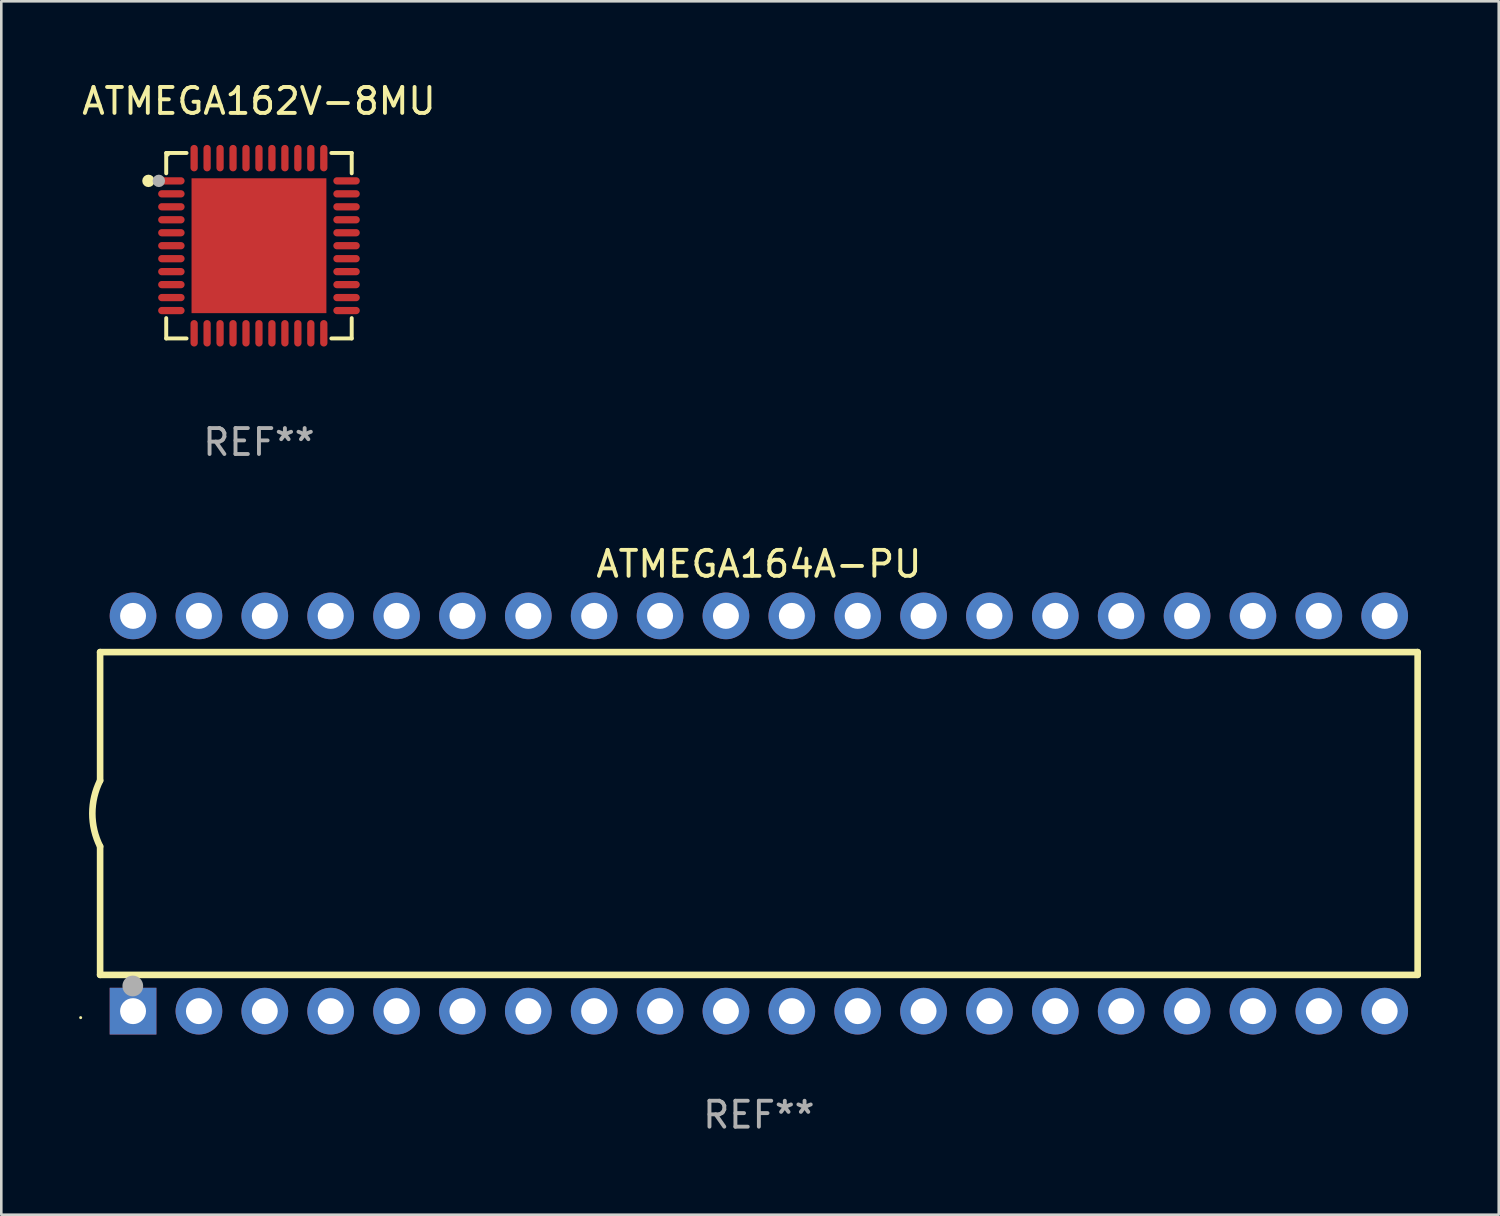
<source format=kicad_pcb>
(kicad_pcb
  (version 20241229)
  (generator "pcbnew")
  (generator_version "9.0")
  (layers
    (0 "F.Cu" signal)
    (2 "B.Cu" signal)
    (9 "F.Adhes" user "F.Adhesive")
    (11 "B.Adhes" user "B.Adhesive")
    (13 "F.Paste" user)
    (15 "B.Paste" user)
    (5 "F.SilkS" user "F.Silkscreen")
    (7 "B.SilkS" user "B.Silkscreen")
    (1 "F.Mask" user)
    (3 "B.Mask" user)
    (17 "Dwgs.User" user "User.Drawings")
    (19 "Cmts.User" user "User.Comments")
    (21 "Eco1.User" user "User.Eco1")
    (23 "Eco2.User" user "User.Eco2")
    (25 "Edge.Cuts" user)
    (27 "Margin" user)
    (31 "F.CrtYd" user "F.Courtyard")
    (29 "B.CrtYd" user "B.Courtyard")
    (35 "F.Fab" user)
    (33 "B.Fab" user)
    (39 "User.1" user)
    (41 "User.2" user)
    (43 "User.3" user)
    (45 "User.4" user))
  (footprint "ATMEGA164A-PU"
    (layer "F.Cu")
    (at 26.21 28.317)
    (property "Reference" "ATMEGA164A-PU" (at 0 -9.62 0) (layer "F.SilkS") (effects (font (size 1 1) (thickness 0.15))))
    (attr through_hole)
    (fp_line (start -25.4 -6.224) (end -25.4 -1.271) (stroke (width 0.254) (type solid)) (layer "F.SilkS"))
    (fp_line (start -25.4 -6.224) (end 25.4 -6.224) (stroke (width 0.254) (type solid)) (layer "F.SilkS"))
    (fp_line (start -25.4 1.269) (end -25.4 6.222) (stroke (width 0.254) (type solid)) (layer "F.SilkS"))
    (fp_line (start -25.4 6.222) (end 25.4 6.222) (stroke (width 0.254) (type solid)) (layer "F.SilkS"))
    (fp_line (start 25.4 6.222) (end 25.4 -6.224) (stroke (width 0.254) (type solid)) (layer "F.SilkS"))
    (fp_arc (start -25.4 1.269241) (mid -25.699807 -0.000762) (end -25.4 -1.270765) (stroke (width 0.254001) (type solid)) (layer "F.SilkS"))
    (fp_circle (center -26.15 7.87) (end -26.12 7.87) (stroke (width 0.06) (type solid)) (fill no) (layer "F.SilkS"))
    (fp_circle (center -24.14 6.65) (end -23.94 6.65) (stroke (width 0.4) (type solid)) (fill no) (layer "F.Fab"))
    (fp_text user "REF**" (at 0 11.62 0) (layer "F.Fab") (effects (font (size 1 1) (thickness 0.15))))
    (pad "1" thru_hole rect (at -24.13 7.62 90) (size 1.8 1.8) (drill 1) (layers "*.Cu" "*.Mask"))
    (pad "2" thru_hole circle (at -21.59 7.62) (size 1.8 1.8) (drill 1) (layers "*.Cu" "*.Mask"))
    (pad "3" thru_hole circle (at -19.05 7.62) (size 1.8 1.8) (drill 1) (layers "*.Cu" "*.Mask"))
    (pad "4" thru_hole circle (at -16.51 7.62) (size 1.8 1.8) (drill 1) (layers "*.Cu" "*.Mask"))
    (pad "5" thru_hole circle (at -13.97 7.62) (size 1.8 1.8) (drill 1) (layers "*.Cu" "*.Mask"))
    (pad "6" thru_hole circle (at -11.43 7.62) (size 1.8 1.8) (drill 1) (layers "*.Cu" "*.Mask"))
    (pad "7" thru_hole circle (at -8.89 7.62) (size 1.8 1.8) (drill 1) (layers "*.Cu" "*.Mask"))
    (pad "8" thru_hole circle (at -6.35 7.62) (size 1.8 1.8) (drill 1) (layers "*.Cu" "*.Mask"))
    (pad "9" thru_hole circle (at -3.81 7.62) (size 1.8 1.8) (drill 1) (layers "*.Cu" "*.Mask"))
    (pad "10" thru_hole circle (at -1.27 7.62) (size 1.8 1.8) (drill 1) (layers "*.Cu" "*.Mask"))
    (pad "11" thru_hole circle (at 1.27 7.62) (size 1.8 1.8) (drill 1) (layers "*.Cu" "*.Mask"))
    (pad "12" thru_hole circle (at 3.81 7.62) (size 1.8 1.8) (drill 1) (layers "*.Cu" "*.Mask"))
    (pad "13" thru_hole circle (at 6.35 7.62) (size 1.8 1.8) (drill 1) (layers "*.Cu" "*.Mask"))
    (pad "14" thru_hole circle (at 8.89 7.62) (size 1.8 1.8) (drill 1) (layers "*.Cu" "*.Mask"))
    (pad "15" thru_hole circle (at 11.43 7.62) (size 1.8 1.8) (drill 1) (layers "*.Cu" "*.Mask"))
    (pad "16" thru_hole circle (at 13.97 7.62) (size 1.8 1.8) (drill 1) (layers "*.Cu" "*.Mask"))
    (pad "17" thru_hole circle (at 16.51 7.62) (size 1.8 1.8) (drill 1) (layers "*.Cu" "*.Mask"))
    (pad "18" thru_hole circle (at 19.05 7.62) (size 1.8 1.8) (drill 1) (layers "*.Cu" "*.Mask"))
    (pad "19" thru_hole circle (at 21.59 7.62) (size 1.8 1.8) (drill 1) (layers "*.Cu" "*.Mask"))
    (pad "20" thru_hole circle (at 24.13 7.62) (size 1.8 1.8) (drill 1) (layers "*.Cu" "*.Mask"))
    (pad "21" thru_hole circle (at 24.13 -7.62) (size 1.8 1.8) (drill 1) (layers "*.Cu" "*.Mask"))
    (pad "22" thru_hole circle (at 21.59 -7.62) (size 1.8 1.8) (drill 1) (layers "*.Cu" "*.Mask"))
    (pad "23" thru_hole circle (at 19.05 -7.62) (size 1.8 1.8) (drill 1) (layers "*.Cu" "*.Mask"))
    (pad "24" thru_hole circle (at 16.51 -7.62) (size 1.8 1.8) (drill 1) (layers "*.Cu" "*.Mask"))
    (pad "25" thru_hole circle (at 13.97 -7.62) (size 1.8 1.8) (drill 1) (layers "*.Cu" "*.Mask"))
    (pad "26" thru_hole circle (at 11.43 -7.62) (size 1.8 1.8) (drill 1) (layers "*.Cu" "*.Mask"))
    (pad "27" thru_hole circle (at 8.89 -7.62) (size 1.8 1.8) (drill 1) (layers "*.Cu" "*.Mask"))
    (pad "28" thru_hole circle (at 6.35 -7.62) (size 1.8 1.8) (drill 1) (layers "*.Cu" "*.Mask"))
    (pad "29" thru_hole circle (at 3.81 -7.62) (size 1.8 1.8) (drill 1) (layers "*.Cu" "*.Mask"))
    (pad "30" thru_hole circle (at 1.27 -7.62) (size 1.8 1.8) (drill 1) (layers "*.Cu" "*.Mask"))
    (pad "31" thru_hole circle (at -1.27 -7.62) (size 1.8 1.8) (drill 1) (layers "*.Cu" "*.Mask"))
    (pad "32" thru_hole circle (at -3.81 -7.62) (size 1.8 1.8) (drill 1) (layers "*.Cu" "*.Mask"))
    (pad "33" thru_hole circle (at -6.35 -7.62) (size 1.8 1.8) (drill 1) (layers "*.Cu" "*.Mask"))
    (pad "34" thru_hole circle (at -8.89 -7.62) (size 1.8 1.8) (drill 1) (layers "*.Cu" "*.Mask"))
    (pad "35" thru_hole circle (at -11.43 -7.62) (size 1.8 1.8) (drill 1) (layers "*.Cu" "*.Mask"))
    (pad "36" thru_hole circle (at -13.97 -7.62) (size 1.8 1.8) (drill 1) (layers "*.Cu" "*.Mask"))
    (pad "37" thru_hole circle (at -16.51 -7.62) (size 1.8 1.8) (drill 1) (layers "*.Cu" "*.Mask"))
    (pad "38" thru_hole circle (at -19.05 -7.62) (size 1.8 1.8) (drill 1) (layers "*.Cu" "*.Mask"))
    (pad "39" thru_hole circle (at -21.59 -7.62) (size 1.8 1.8) (drill 1) (layers "*.Cu" "*.Mask"))
    (pad "40" thru_hole circle (at -24.13 -7.62) (size 1.8 1.8) (drill 1) (layers "*.Cu" "*.Mask")))
  (footprint "ATMEGA162V-8MU"
    (layer "F.Cu")
    (at 6.935 6.424)
    (property "Reference" "ATMEGA162V-8MU" (at 0 -5.576 0) (layer "F.SilkS") (effects (font (size 1 1) (thickness 0.15))))
    (attr through_hole)
    (fp_line (start -3.576 -3.576) (end -2.792 -3.576) (stroke (width 0.152) (type solid)) (layer "F.SilkS"))
    (fp_line (start -3.576 -2.792) (end -3.576 -3.576) (stroke (width 0.152) (type solid)) (layer "F.SilkS"))
    (fp_line (start -3.576 2.792) (end -3.576 3.576) (stroke (width 0.152) (type solid)) (layer "F.SilkS"))
    (fp_line (start -3.576 3.576) (end -2.792 3.576) (stroke (width 0.152) (type solid)) (layer "F.SilkS"))
    (fp_line (start 3.576 -3.576) (end 2.792 -3.576) (stroke (width 0.152) (type solid)) (layer "F.SilkS"))
    (fp_line (start 3.576 -2.792) (end 3.576 -3.576) (stroke (width 0.152) (type solid)) (layer "F.SilkS"))
    (fp_line (start 3.576 2.792) (end 3.576 3.576) (stroke (width 0.152) (type solid)) (layer "F.SilkS"))
    (fp_line (start 3.576 3.576) (end 2.792 3.576) (stroke (width 0.152) (type solid)) (layer "F.SilkS"))
    (fp_circle (center -4.261 -2.5) (end -4.141 -2.5) (stroke (width 0.24) (type solid)) (fill no) (layer "F.SilkS"))
    (fp_circle (center -3.5 -3.5) (end -3.47 -3.5) (stroke (width 0.06) (type solid)) (fill no) (layer "F.SilkS"))
    (fp_circle (center -3.861 -2.5) (end -3.741 -2.5) (stroke (width 0.24) (type solid)) (fill no) (layer "F.Fab"))
    (fp_text user "REF**" (at 0 7.576 0) (layer "F.Fab") (effects (font (size 1 1) (thickness 0.15))))
    (pad "1" smd oval (at -3.377 -2.5) (size 1.02 0.28) (layers "F.Cu" "F.Mask" "F.Paste"))
    (pad "2" smd oval (at -3.377 -2) (size 1.02 0.28) (layers "F.Cu" "F.Mask" "F.Paste"))
    (pad "3" smd oval (at -3.377 -1.5) (size 1.02 0.28) (layers "F.Cu" "F.Mask" "F.Paste"))
    (pad "4" smd oval (at -3.377 -1) (size 1.02 0.28) (layers "F.Cu" "F.Mask" "F.Paste"))
    (pad "5" smd oval (at -3.377 -0.5) (size 1.02 0.28) (layers "F.Cu" "F.Mask" "F.Paste"))
    (pad "6" smd oval (at -3.377 0) (size 1.02 0.28) (layers "F.Cu" "F.Mask" "F.Paste"))
    (pad "7" smd oval (at -3.377 0.5) (size 1.02 0.28) (layers "F.Cu" "F.Mask" "F.Paste"))
    (pad "8" smd oval (at -3.377 1) (size 1.02 0.28) (layers "F.Cu" "F.Mask" "F.Paste"))
    (pad "9" smd oval (at -3.377 1.5) (size 1.02 0.28) (layers "F.Cu" "F.Mask" "F.Paste"))
    (pad "10" smd oval (at -3.377 2) (size 1.02 0.28) (layers "F.Cu" "F.Mask" "F.Paste"))
    (pad "11" smd oval (at -3.377 2.5) (size 1.02 0.28) (layers "F.Cu" "F.Mask" "F.Paste"))
    (pad "12" smd oval (at -2.5 3.377) (size 0.28 1.02) (layers "F.Cu" "F.Mask" "F.Paste"))
    (pad "13" smd oval (at -2 3.377) (size 0.28 1.02) (layers "F.Cu" "F.Mask" "F.Paste"))
    (pad "14" smd oval (at -1.5 3.377) (size 0.28 1.02) (layers "F.Cu" "F.Mask" "F.Paste"))
    (pad "15" smd oval (at -1 3.377) (size 0.28 1.02) (layers "F.Cu" "F.Mask" "F.Paste"))
    (pad "16" smd oval (at -0.5 3.377) (size 0.28 1.02) (layers "F.Cu" "F.Mask" "F.Paste"))
    (pad "17" smd oval (at 0 3.377) (size 0.28 1.02) (layers "F.Cu" "F.Mask" "F.Paste"))
    (pad "18" smd oval (at 0.5 3.377) (size 0.28 1.02) (layers "F.Cu" "F.Mask" "F.Paste"))
    (pad "19" smd oval (at 1 3.377) (size 0.28 1.02) (layers "F.Cu" "F.Mask" "F.Paste"))
    (pad "20" smd oval (at 1.5 3.377) (size 0.28 1.02) (layers "F.Cu" "F.Mask" "F.Paste"))
    (pad "21" smd oval (at 2 3.377) (size 0.28 1.02) (layers "F.Cu" "F.Mask" "F.Paste"))
    (pad "22" smd oval (at 2.5 3.377) (size 0.28 1.02) (layers "F.Cu" "F.Mask" "F.Paste"))
    (pad "23" smd oval (at 3.377 2.5) (size 1.02 0.28) (layers "F.Cu" "F.Mask" "F.Paste"))
    (pad "24" smd oval (at 3.377 2) (size 1.02 0.28) (layers "F.Cu" "F.Mask" "F.Paste"))
    (pad "25" smd oval (at 3.377 1.5) (size 1.02 0.28) (layers "F.Cu" "F.Mask" "F.Paste"))
    (pad "26" smd oval (at 3.377 1) (size 1.02 0.28) (layers "F.Cu" "F.Mask" "F.Paste"))
    (pad "27" smd oval (at 3.377 0.5) (size 1.02 0.28) (layers "F.Cu" "F.Mask" "F.Paste"))
    (pad "28" smd oval (at 3.377 0) (size 1.02 0.28) (layers "F.Cu" "F.Mask" "F.Paste"))
    (pad "29" smd oval (at 3.377 -0.5) (size 1.02 0.28) (layers "F.Cu" "F.Mask" "F.Paste"))
    (pad "30" smd oval (at 3.377 -1) (size 1.02 0.28) (layers "F.Cu" "F.Mask" "F.Paste"))
    (pad "31" smd oval (at 3.377 -1.5) (size 1.02 0.28) (layers "F.Cu" "F.Mask" "F.Paste"))
    (pad "32" smd oval (at 3.377 -2) (size 1.02 0.28) (layers "F.Cu" "F.Mask" "F.Paste"))
    (pad "33" smd oval (at 3.377 -2.5) (size 1.02 0.28) (layers "F.Cu" "F.Mask" "F.Paste"))
    (pad "34" smd oval (at 2.5 -3.377) (size 0.28 1.02) (layers "F.Cu" "F.Mask" "F.Paste"))
    (pad "35" smd oval (at 2 -3.377) (size 0.28 1.02) (layers "F.Cu" "F.Mask" "F.Paste"))
    (pad "36" smd oval (at 1.5 -3.377) (size 0.28 1.02) (layers "F.Cu" "F.Mask" "F.Paste"))
    (pad "37" smd oval (at 1 -3.377) (size 0.28 1.02) (layers "F.Cu" "F.Mask" "F.Paste"))
    (pad "38" smd oval (at 0.5 -3.377) (size 0.28 1.02) (layers "F.Cu" "F.Mask" "F.Paste"))
    (pad "39" smd oval (at 0 -3.377) (size 0.28 1.02) (layers "F.Cu" "F.Mask" "F.Paste"))
    (pad "40" smd oval (at -0.5 -3.377) (size 0.28 1.02) (layers "F.Cu" "F.Mask" "F.Paste"))
    (pad "41" smd oval (at -1 -3.377) (size 0.28 1.02) (layers "F.Cu" "F.Mask" "F.Paste"))
    (pad "42" smd oval (at -1.5 -3.377) (size 0.28 1.02) (layers "F.Cu" "F.Mask" "F.Paste"))
    (pad "43" smd oval (at -2 -3.377) (size 0.28 1.02) (layers "F.Cu" "F.Mask" "F.Paste"))
    (pad "44" smd oval (at -2.5 -3.377) (size 0.28 1.02) (layers "F.Cu" "F.Mask" "F.Paste"))
    (pad "45" smd rect (at 0 0) (size 5.2 5.2) (layers "F.Cu" "F.Mask" "F.Paste")))
  (gr_rect
    (start -3 -3)
    (end 54.737 43.785)
    (stroke (width 0.1) (type default))
    (fill no)
    (layer "Edge.Cuts")))
</source>
